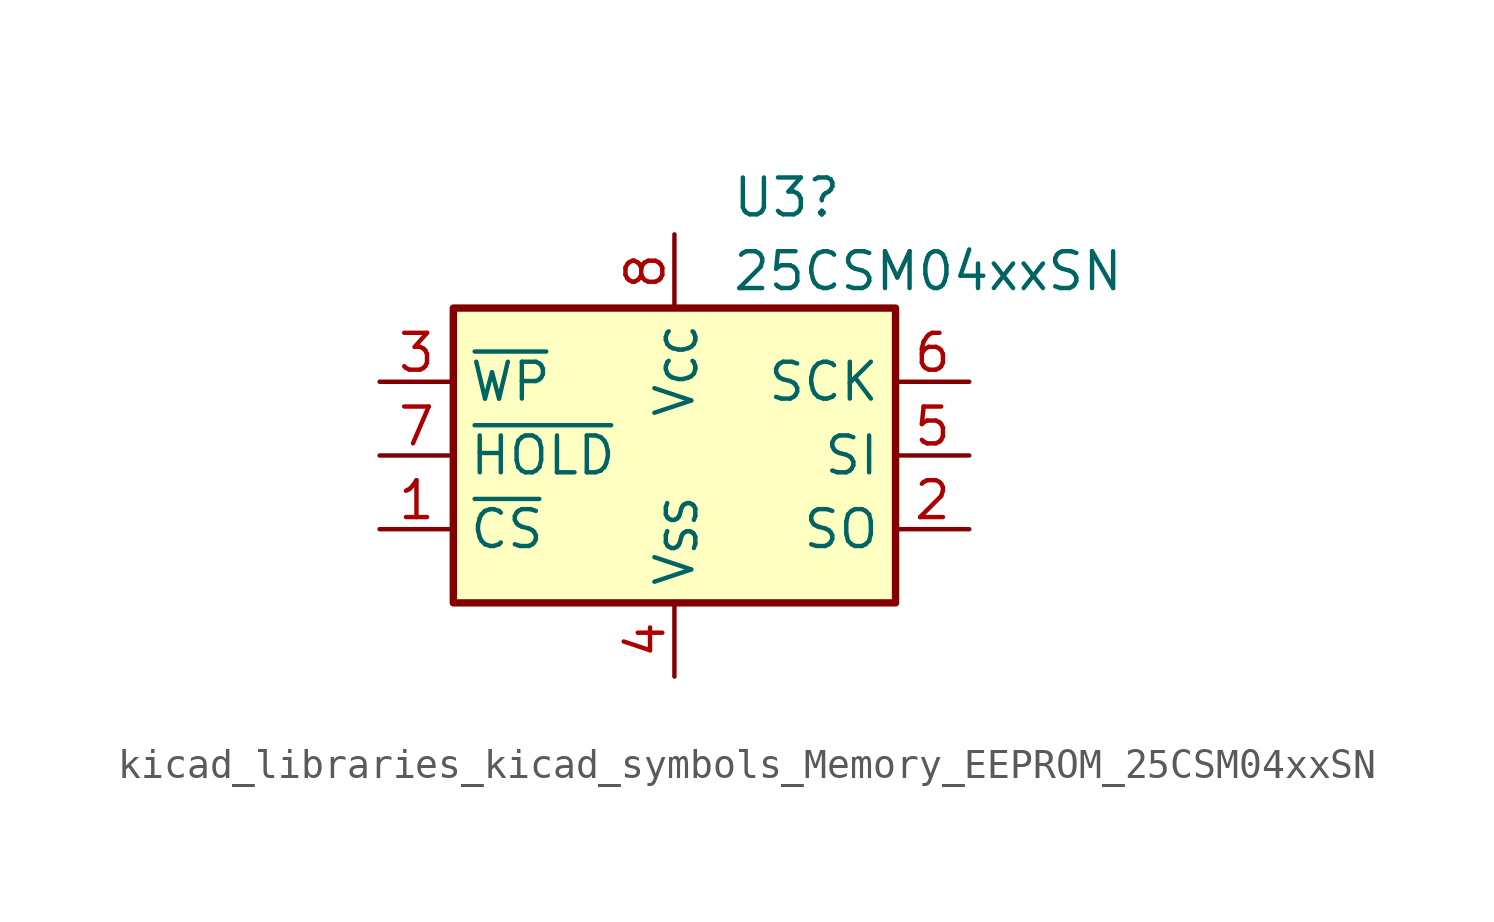
<source format=kicad_sym>
(kicad_symbol_lib
  (version 20220914)
  (generator kicad_symbol_editor)
  (symbol "kicad_libraries_kicad_symbols_Memory_EEPROM_25CSM04xxSN"
    (property "Reference" "U3"
      (at 1.956 8.89 0)
      (effects (font (size 1.27 1.27)) (justify left)))
    (property "Value" "25CSM04xxSN"
      (at 1.956 6.35 0)
      (effects (font (size 1.27 1.27)) (justify left)))
    (symbol "kicad_libraries_kicad_symbols_Memory_EEPROM_25CSM04xxSN_1_1"
      (rectangle (start -7.62 5.08) (end 7.62 -5.08) (stroke (width 0.254) (type default)) (fill (type background)))
      (pin input line (at -10.16 -2.54 0) (length 2.54) (name "~{CS}" (effects (font (size 1.27 1.27)))) (number "1" (effects (font (size 1.27 1.27)))))
      (pin tri_state line (at 10.16 -2.54 180) (length 2.54) (name "SO" (effects (font (size 1.27 1.27)))) (number "2" (effects (font (size 1.27 1.27)))))
      (pin input line (at -10.16 2.54 0) (length 2.54) (name "~{WP}" (effects (font (size 1.27 1.27)))) (number "3" (effects (font (size 1.27 1.27)))))
      (pin power_in line (at 0 -7.62 90) (length 2.54) (name "V_{SS}" (effects (font (size 1.27 1.27)))) (number "4" (effects (font (size 1.27 1.27)))))
      (pin input line (at 10.16 0 180) (length 2.54) (name "SI" (effects (font (size 1.27 1.27)))) (number "5" (effects (font (size 1.27 1.27)))))
      (pin input line (at 10.16 2.54 180) (length 2.54) (name "SCK" (effects (font (size 1.27 1.27)))) (number "6" (effects (font (size 1.27 1.27)))))
      (pin input line (at -10.16 0 0) (length 2.54) (name "~{HOLD}" (effects (font (size 1.27 1.27)))) (number "7" (effects (font (size 1.27 1.27)))))
      (pin power_in line (at 0 7.62 270) (length 2.54) (name "V_{CC}" (effects (font (size 1.27 1.27)))) (number "8" (effects (font (size 1.27 1.27))))))))
</source>
